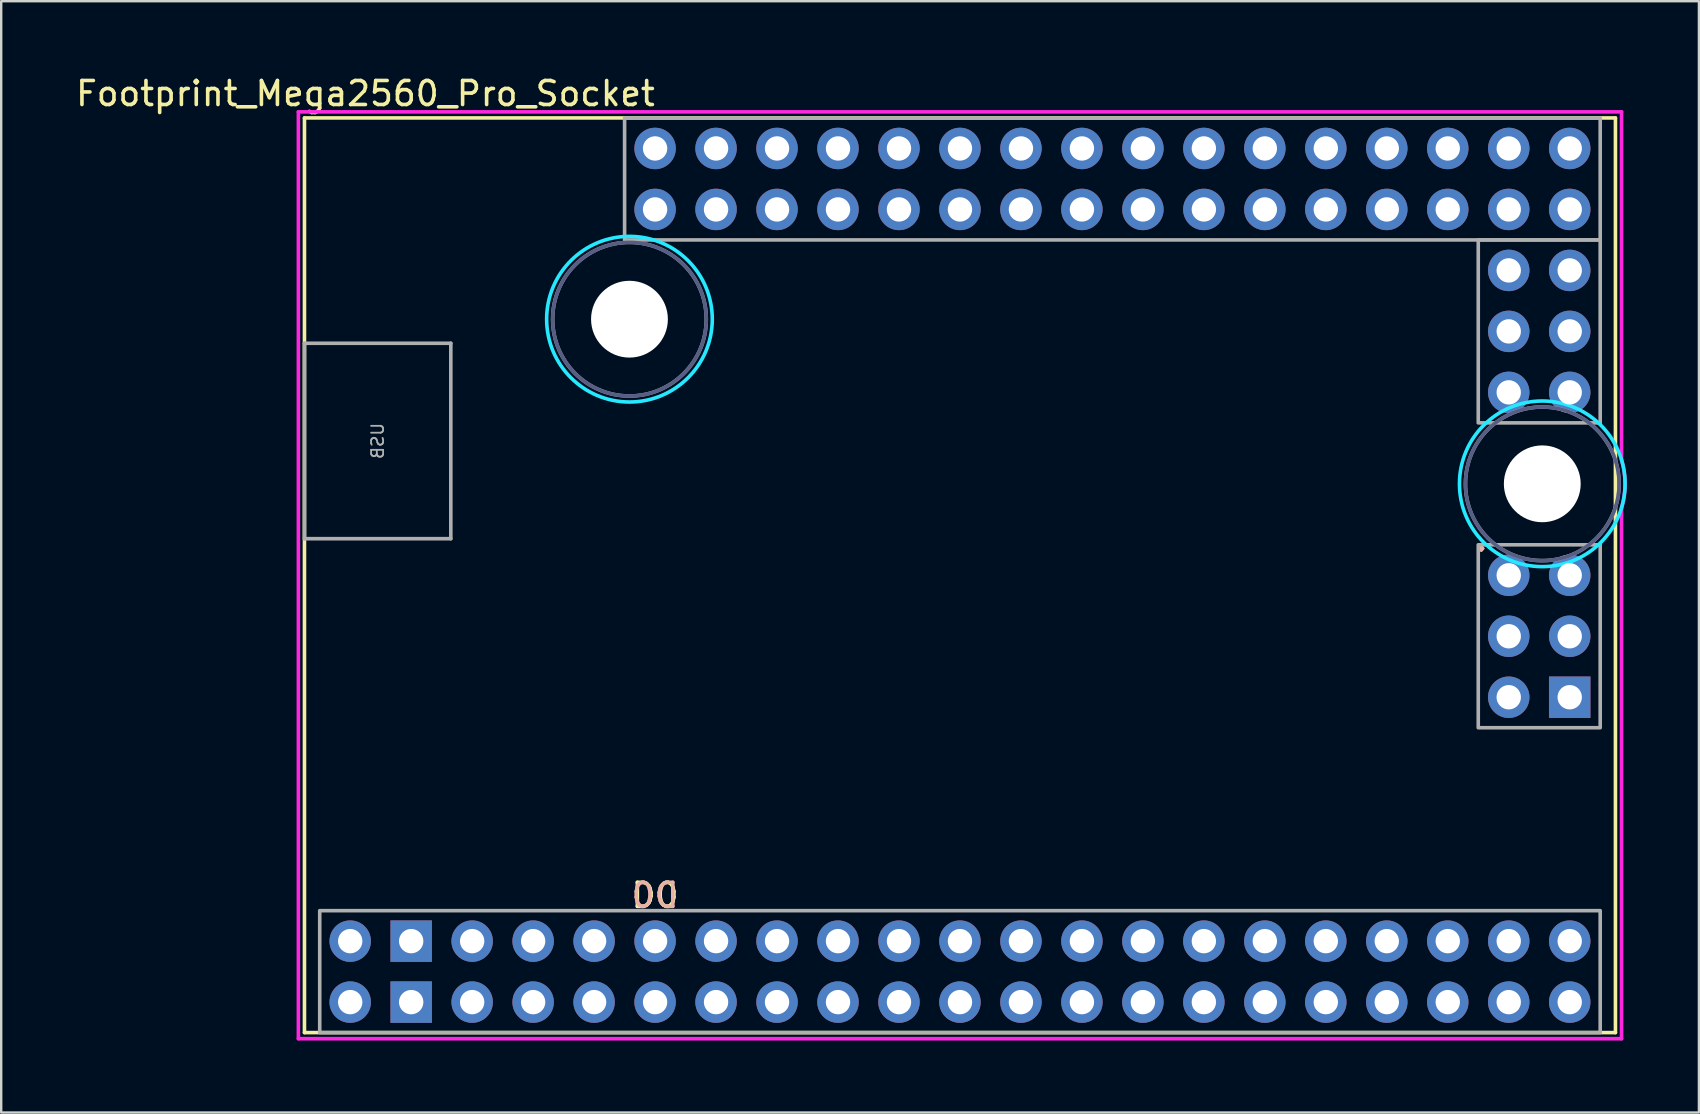
<source format=kicad_pcb>
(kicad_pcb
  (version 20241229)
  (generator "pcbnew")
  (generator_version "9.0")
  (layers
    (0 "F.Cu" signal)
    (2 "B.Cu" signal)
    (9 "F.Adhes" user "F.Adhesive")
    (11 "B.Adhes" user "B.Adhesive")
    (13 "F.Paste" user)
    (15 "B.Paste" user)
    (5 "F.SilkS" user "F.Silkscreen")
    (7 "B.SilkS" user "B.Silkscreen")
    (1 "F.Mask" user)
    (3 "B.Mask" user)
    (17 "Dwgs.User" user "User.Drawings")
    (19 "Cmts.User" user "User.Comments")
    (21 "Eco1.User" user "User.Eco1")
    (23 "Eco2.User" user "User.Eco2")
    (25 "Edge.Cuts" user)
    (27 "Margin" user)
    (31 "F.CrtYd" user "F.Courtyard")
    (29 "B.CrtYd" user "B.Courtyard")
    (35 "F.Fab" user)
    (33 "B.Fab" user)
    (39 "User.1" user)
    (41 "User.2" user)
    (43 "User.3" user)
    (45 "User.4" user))
  (footprint "Footprint_Mega2560_Pro_Socket"
    (layer "F.Cu")
    (at 9.633 1.864)
    (property "Reference" "Footprint_Mega2560_Pro_Socket" (at 2.54 -1.016 0) (layer "F.SilkS") (effects (font (size 1 1) (thickness 0.15))))
    (attr through_hole)
    (fp_line (start 0 0) (end 0 38.1) (stroke (width 0.15) (type solid)) (layer "F.SilkS"))
    (fp_line (start 0 0) (end 54.61 0) (stroke (width 0.15) (type solid)) (layer "F.SilkS"))
    (fp_line (start 0 38.1) (end 54.61 38.1) (stroke (width 0.15) (type solid)) (layer "F.SilkS"))
    (fp_line (start 54.61 0) (end 54.61 38.1) (stroke (width 0.15) (type solid)) (layer "F.SilkS"))
    (fp_circle (center 13.538 8.382) (end 16.988 8.382) (stroke (width 0.15) (type solid)) (fill no) (layer "B.CrtYd"))
    (fp_circle (center 51.562 15.24) (end 55.012 15.24) (stroke (width 0.15) (type solid)) (fill no) (layer "B.CrtYd"))
    (fp_line (start -0.254 38.354) (end -0.254 -0.254) (stroke (width 0.15) (type solid)) (layer "F.CrtYd"))
    (fp_line (start 54.864 -0.254) (end -0.254 -0.254) (stroke (width 0.15) (type solid)) (layer "F.CrtYd"))
    (fp_line (start 54.864 14.242) (end 54.864 -0.254) (stroke (width 0.15) (type solid)) (layer "F.CrtYd"))
    (fp_line (start 54.864 38.354) (end -0.254 38.354) (stroke (width 0.15) (type solid)) (layer "F.CrtYd"))
    (fp_line (start 54.864 38.354) (end 54.864 16.237) (stroke (width 0.15) (type solid)) (layer "F.CrtYd"))
    (fp_arc (start 54.864 14.242) (mid 55.011743 15.2395) (end 54.864 16.237) (stroke (width 0.15) (type solid)) (layer "F.CrtYd"))
    (fp_circle (center 13.538 8.382) (end 16.738 8.382) (stroke (width 0.15) (type solid)) (fill no) (layer "B.Fab"))
    (fp_circle (center 51.562 15.24) (end 54.762 15.24) (stroke (width 0.15) (type solid)) (fill no) (layer "B.Fab"))
    (fp_line (start 0 9.386) (end 6.096 9.386) (stroke (width 0.15) (type solid)) (layer "F.Fab"))
    (fp_line (start 0 17.526) (end 0 9.386) (stroke (width 0.15) (type solid)) (layer "F.Fab"))
    (fp_line (start 6.096 17.526) (end 0 17.526) (stroke (width 0.15) (type solid)) (layer "F.Fab"))
    (fp_line (start 6.096 17.526) (end 6.096 9.386) (stroke (width 0.15) (type solid)) (layer "F.Fab"))
    (fp_rect (start 0.635 33.02) (end 53.975 38.1) (stroke (width 0.15) (type solid)) (fill no) (layer "F.Fab"))
    (fp_rect (start 13.335 0) (end 53.975 5.08) (stroke (width 0.15) (type solid)) (fill no) (layer "F.Fab"))
    (fp_rect (start 48.895 5.08) (end 53.975 12.7) (stroke (width 0.15) (type solid)) (fill no) (layer "F.Fab"))
    (fp_rect (start 48.895 17.78) (end 53.975 25.4) (stroke (width 0.15) (type solid)) (fill no) (layer "F.Fab"))
    (fp_circle (center 13.538 8.382) (end 16.738 8.382) (stroke (width 0.15) (type solid)) (fill no) (layer "F.Fab"))
    (fp_circle (center 51.562 15.24) (end 54.762 15.24) (stroke (width 0.15) (type solid)) (fill no) (layer "F.Fab"))
    (fp_text user "D0" (at 14.605 32.385 0) (unlocked yes) (layer "F.SilkS") (effects (font (size 1 1) (thickness 0.15))))
    (fp_text user "." (at 49.022 17.526 0) (layer "F.SilkS") (effects (font (size 1 1) (thickness 0.15))))
    (fp_text user "." (at 49.022 17.526 0) (layer "B.SilkS") (effects (font (size 1 1) (thickness 0.15))))
    (fp_text user "D0" (at 14.605 32.385 0) (unlocked yes) (layer "B.SilkS") (effects (font (size 1 1) (thickness 0.15)) (justify mirror)))
    (fp_text user "USB" (at 3.048 13.456 270) (layer "F.Fab") (effects (font (size 0.5 0.5) (thickness 0.075)) (justify mirror)))
    (pad "" np_thru_hole circle (at 13.538 8.382) (size 3.2 3.2) (drill 3.2) (layers "*.Cu" "*.Mask"))
    (pad "" np_thru_hole circle (at 51.562 15.24) (size 3.2 3.2) (drill 3.2) (layers "*.Cu" "*.Mask"))
    (pad "3V31" thru_hole oval (at 9.525 34.29) (size 1.727 1.727) (drill 1.016) (layers "*.Cu" "*.Mask"))
    (pad "3V32" thru_hole oval (at 9.525 36.83) (size 1.727 1.727) (drill 1.016) (layers "*.Cu" "*.Mask"))
    (pad "5V1" thru_hole oval (at 6.985 34.29) (size 1.727 1.727) (drill 1.016) (layers "*.Cu" "*.Mask"))
    (pad "5V2" thru_hole oval (at 52.705 19.05) (size 1.727 1.727) (drill 1.016) (layers "*.Cu" "*.Mask"))
    (pad "5V3" thru_hole oval (at 6.985 36.83) (size 1.727 1.727) (drill 1.016) (layers "*.Cu" "*.Mask"))
    (pad "A0" thru_hole oval (at 14.605 1.27) (size 1.727 1.727) (drill 1.016) (layers "*.Cu" "*.Mask"))
    (pad "A1" thru_hole oval (at 14.605 3.81) (size 1.727 1.727) (drill 1.016) (layers "*.Cu" "*.Mask"))
    (pad "A2" thru_hole oval (at 17.145 1.27) (size 1.727 1.727) (drill 1.016) (layers "*.Cu" "*.Mask"))
    (pad "A3" thru_hole oval (at 17.145 3.81) (size 1.727 1.727) (drill 1.016) (layers "*.Cu" "*.Mask"))
    (pad "A4" thru_hole oval (at 19.685 1.27) (size 1.727 1.727) (drill 1.016) (layers "*.Cu" "*.Mask"))
    (pad "A5" thru_hole oval (at 19.685 3.81) (size 1.727 1.727) (drill 1.016) (layers "*.Cu" "*.Mask"))
    (pad "A6" thru_hole oval (at 22.225 1.27) (size 1.727 1.727) (drill 1.016) (layers "*.Cu" "*.Mask"))
    (pad "A7" thru_hole oval (at 22.225 3.81) (size 1.727 1.727) (drill 1.016) (layers "*.Cu" "*.Mask"))
    (pad "A8" thru_hole oval (at 24.765 1.27) (size 1.727 1.727) (drill 1.016) (layers "*.Cu" "*.Mask"))
    (pad "A9" thru_hole oval (at 24.765 3.81) (size 1.727 1.727) (drill 1.016) (layers "*.Cu" "*.Mask"))
    (pad "A10" thru_hole oval (at 27.305 1.27) (size 1.727 1.727) (drill 1.016) (layers "*.Cu" "*.Mask"))
    (pad "A11" thru_hole oval (at 27.305 3.81) (size 1.727 1.727) (drill 1.016) (layers "*.Cu" "*.Mask"))
    (pad "A12" thru_hole oval (at 29.845 1.27) (size 1.727 1.727) (drill 1.016) (layers "*.Cu" "*.Mask"))
    (pad "A13" thru_hole oval (at 29.845 3.81) (size 1.727 1.727) (drill 1.016) (layers "*.Cu" "*.Mask"))
    (pad "A14" thru_hole oval (at 32.385 1.27) (size 1.727 1.727) (drill 1.016) (layers "*.Cu" "*.Mask"))
    (pad "A15" thru_hole oval (at 32.385 3.81) (size 1.727 1.727) (drill 1.016) (layers "*.Cu" "*.Mask"))
    (pad "AREF" thru_hole oval (at 12.065 34.29) (size 1.727 1.727) (drill 1.016) (layers "*.Cu" "*.Mask"))
    (pad "D0" thru_hole oval (at 14.605 34.29) (size 1.727 1.727) (drill 1.016) (layers "*.Cu" "*.Mask"))
    (pad "D1" thru_hole oval (at 14.605 36.83) (size 1.727 1.727) (drill 1.016) (layers "*.Cu" "*.Mask"))
    (pad "D2" thru_hole oval (at 17.145 34.29) (size 1.727 1.727) (drill 1.016) (layers "*.Cu" "*.Mask"))
    (pad "D3" thru_hole oval (at 17.145 36.83) (size 1.727 1.727) (drill 1.016) (layers "*.Cu" "*.Mask"))
    (pad "D4" thru_hole oval (at 19.685 34.29) (size 1.727 1.727) (drill 1.016) (layers "*.Cu" "*.Mask"))
    (pad "D5" thru_hole oval (at 19.685 36.83) (size 1.727 1.727) (drill 1.016) (layers "*.Cu" "*.Mask"))
    (pad "D6" thru_hole oval (at 22.225 34.29) (size 1.727 1.727) (drill 1.016) (layers "*.Cu" "*.Mask"))
    (pad "D7" thru_hole oval (at 22.225 36.83) (size 1.727 1.727) (drill 1.016) (layers "*.Cu" "*.Mask"))
    (pad "D8" thru_hole oval (at 24.765 34.29) (size 1.727 1.727) (drill 1.016) (layers "*.Cu" "*.Mask"))
    (pad "D9" thru_hole oval (at 24.765 36.83) (size 1.727 1.727) (drill 1.016) (layers "*.Cu" "*.Mask"))
    (pad "D10" thru_hole oval (at 27.305 34.29) (size 1.727 1.727) (drill 1.016) (layers "*.Cu" "*.Mask"))
    (pad "D11" thru_hole oval (at 27.305 36.83) (size 1.727 1.727) (drill 1.016) (layers "*.Cu" "*.Mask"))
    (pad "D12" thru_hole oval (at 29.845 34.29) (size 1.727 1.727) (drill 1.016) (layers "*.Cu" "*.Mask"))
    (pad "D13" thru_hole oval (at 29.845 36.83) (size 1.727 1.727) (drill 1.016) (layers "*.Cu" "*.Mask"))
    (pad "D14" thru_hole oval (at 32.385 34.29) (size 1.727 1.727) (drill 1.016) (layers "*.Cu" "*.Mask"))
    (pad "D15" thru_hole oval (at 32.385 36.83) (size 1.727 1.727) (drill 1.016) (layers "*.Cu" "*.Mask"))
    (pad "D16" thru_hole oval (at 34.925 34.29) (size 1.727 1.727) (drill 1.016) (layers "*.Cu" "*.Mask"))
    (pad "D17" thru_hole oval (at 34.925 36.83) (size 1.727 1.727) (drill 1.016) (layers "*.Cu" "*.Mask"))
    (pad "D18" thru_hole oval (at 37.465 34.29) (size 1.727 1.727) (drill 1.016) (layers "*.Cu" "*.Mask"))
    (pad "D19" thru_hole oval (at 37.465 36.83) (size 1.727 1.727) (drill 1.016) (layers "*.Cu" "*.Mask"))
    (pad "D20" thru_hole oval (at 40.005 34.29) (size 1.727 1.727) (drill 1.016) (layers "*.Cu" "*.Mask"))
    (pad "D21" thru_hole oval (at 40.005 36.83) (size 1.727 1.727) (drill 1.016) (layers "*.Cu" "*.Mask"))
    (pad "D22" thru_hole oval (at 42.545 34.29) (size 1.727 1.727) (drill 1.016) (layers "*.Cu" "*.Mask"))
    (pad "D23" thru_hole oval (at 42.545 36.83) (size 1.727 1.727) (drill 1.016) (layers "*.Cu" "*.Mask"))
    (pad "D24" thru_hole oval (at 45.085 34.29) (size 1.727 1.727) (drill 1.016) (layers "*.Cu" "*.Mask"))
    (pad "D25" thru_hole oval (at 45.085 36.83) (size 1.727 1.727) (drill 1.016) (layers "*.Cu" "*.Mask"))
    (pad "D26" thru_hole oval (at 47.625 34.29) (size 1.727 1.727) (drill 1.016) (layers "*.Cu" "*.Mask"))
    (pad "D27" thru_hole oval (at 47.625 36.83) (size 1.727 1.727) (drill 1.016) (layers "*.Cu" "*.Mask"))
    (pad "D28" thru_hole oval (at 50.165 34.29) (size 1.727 1.727) (drill 1.016) (layers "*.Cu" "*.Mask"))
    (pad "D29" thru_hole oval (at 50.165 36.83) (size 1.727 1.727) (drill 1.016) (layers "*.Cu" "*.Mask"))
    (pad "D30" thru_hole oval (at 52.705 34.29) (size 1.727 1.727) (drill 1.016) (layers "*.Cu" "*.Mask"))
    (pad "D31" thru_hole oval (at 52.705 36.83) (size 1.727 1.727) (drill 1.016) (layers "*.Cu" "*.Mask"))
    (pad "D32" thru_hole oval (at 34.925 1.27) (size 1.727 1.727) (drill 1.016) (layers "*.Cu" "*.Mask"))
    (pad "D33" thru_hole oval (at 34.925 3.81) (size 1.727 1.727) (drill 1.016) (layers "*.Cu" "*.Mask"))
    (pad "D34" thru_hole oval (at 37.465 1.27) (size 1.727 1.727) (drill 1.016) (layers "*.Cu" "*.Mask"))
    (pad "D35" thru_hole oval (at 37.465 3.81) (size 1.727 1.727) (drill 1.016) (layers "*.Cu" "*.Mask"))
    (pad "D36" thru_hole oval (at 40.005 1.27) (size 1.727 1.727) (drill 1.016) (layers "*.Cu" "*.Mask"))
    (pad "D37" thru_hole oval (at 40.005 3.81) (size 1.727 1.727) (drill 1.016) (layers "*.Cu" "*.Mask"))
    (pad "D38" thru_hole oval (at 42.545 1.27) (size 1.727 1.727) (drill 1.016) (layers "*.Cu" "*.Mask"))
    (pad "D39" thru_hole oval (at 42.545 3.81) (size 1.727 1.727) (drill 1.016) (layers "*.Cu" "*.Mask"))
    (pad "D40" thru_hole oval (at 45.085 1.27) (size 1.727 1.727) (drill 1.016) (layers "*.Cu" "*.Mask"))
    (pad "D41" thru_hole oval (at 45.085 3.81) (size 1.727 1.727) (drill 1.016) (layers "*.Cu" "*.Mask"))
    (pad "D42" thru_hole oval (at 47.625 1.27) (size 1.727 1.727) (drill 1.016) (layers "*.Cu" "*.Mask"))
    (pad "D43" thru_hole oval (at 47.625 3.81) (size 1.727 1.727) (drill 1.016) (layers "*.Cu" "*.Mask"))
    (pad "D44" thru_hole oval (at 50.165 1.27) (size 1.727 1.727) (drill 1.016) (layers "*.Cu" "*.Mask"))
    (pad "D45" thru_hole oval (at 50.165 3.81) (size 1.727 1.727) (drill 1.016) (layers "*.Cu" "*.Mask"))
    (pad "D46" thru_hole oval (at 52.705 1.27) (size 1.727 1.727) (drill 1.016) (layers "*.Cu" "*.Mask"))
    (pad "D47" thru_hole oval (at 52.705 3.81) (size 1.727 1.727) (drill 1.016) (layers "*.Cu" "*.Mask"))
    (pad "D48" thru_hole oval (at 52.705 6.35) (size 1.727 1.727) (drill 1.016) (layers "*.Cu" "*.Mask"))
    (pad "D49" thru_hole oval (at 50.165 6.35) (size 1.727 1.727) (drill 1.016) (layers "*.Cu" "*.Mask"))
    (pad "D50" thru_hole oval (at 52.705 8.89) (size 1.727 1.727) (drill 1.016) (layers "*.Cu" "*.Mask"))
    (pad "D51" thru_hole oval (at 50.165 8.89) (size 1.727 1.727) (drill 1.016) (layers "*.Cu" "*.Mask"))
    (pad "D52" thru_hole oval (at 52.705 11.43) (size 1.727 1.727) (drill 1.016) (layers "*.Cu" "*.Mask"))
    (pad "D53" thru_hole oval (at 50.165 11.43) (size 1.727 1.727) (drill 1.016) (layers "*.Cu" "*.Mask"))
    (pad "GND1" thru_hole rect (at 4.445 34.29) (size 1.727 1.727) (drill 1.016) (layers "*.Cu" "*.Mask"))
    (pad "GND2" thru_hole rect (at 4.445 36.83) (size 1.727 1.727) (drill 1.016) (layers "*.Cu" "*.Mask"))
    (pad "GND4" thru_hole rect (at 52.705 24.13) (size 1.727 1.727) (drill 1.016) (layers "*.Cu" "*.Mask"))
    (pad "MISO" thru_hole oval (at 50.165 19.05) (size 1.727 1.727) (drill 1.016) (layers "*.Cu" "*.Mask"))
    (pad "MOSI" thru_hole oval (at 52.705 21.59) (size 1.727 1.727) (drill 1.016) (layers "*.Cu" "*.Mask"))
    (pad "RST1" thru_hole oval (at 12.065 36.83) (size 1.727 1.727) (drill 1.016) (layers "*.Cu" "*.Mask"))
    (pad "RST2" thru_hole oval (at 50.165 24.13) (size 1.727 1.727) (drill 1.016) (layers "*.Cu" "*.Mask"))
    (pad "SCK" thru_hole oval (at 50.165 21.59) (size 1.727 1.727) (drill 1.016) (layers "*.Cu" "*.Mask"))
    (pad "VIN1" thru_hole oval (at 1.905 34.29) (size 1.727 1.727) (drill 1.016) (layers "*.Cu" "*.Mask"))
    (pad "VIN2" thru_hole oval (at 1.905 36.83) (size 1.727 1.727) (drill 1.016) (layers "*.Cu" "*.Mask")))
  (gr_rect
    (start -3 -3)
    (end 67.72 43.293)
    (stroke (width 0.1) (type default))
    (fill no)
    (layer "Edge.Cuts")))
</source>
